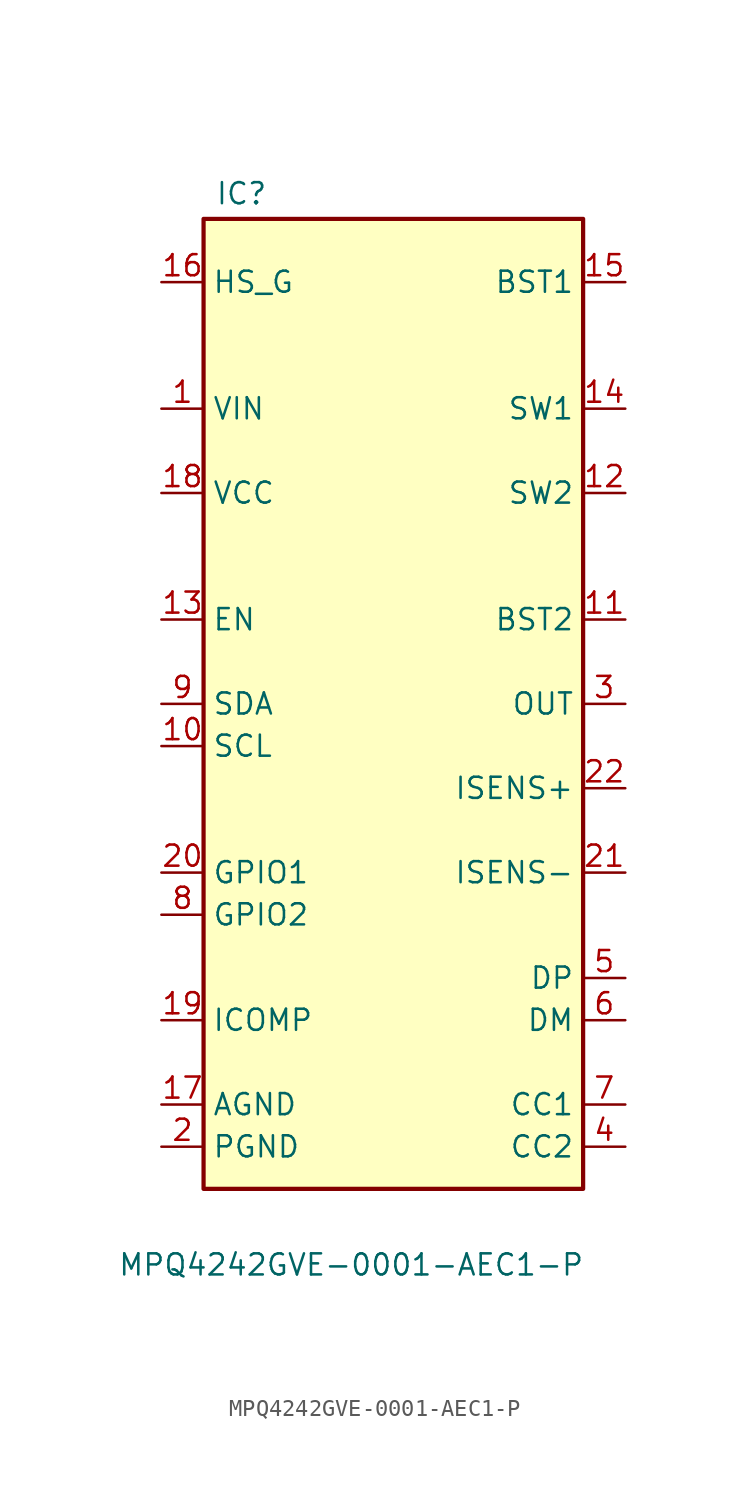
<source format=kicad_sym>
(kicad_symbol_lib
  (version 20241209)
  (generator "dmtdb")
  (generator_version "1.0")
  (symbol "MPQ4242GVE-0001-AEC1-P"
    (property "Reference" "IC"
      (at -9.144 32.004 0)
      (effects (font (size 1.27 1.27))))
    (property "Value" "MPQ4242GVE-0001-AEC1-P"
      (at -2.54 -32.512 0)
      (effects (font (size 1.27 1.27))))
    (symbol "MPQ4242GVE-0001-AEC1-P_0_0"
      (pin output line (at -13.97 26.67 0) (length 2.54) (name "HS_G" (effects (font (size 1.27 1.27)))) (number "16" (effects (font (size 1.27 1.27)))))
      (pin power_in line (at -13.97 19.05 0) (length 2.54) (name "VIN" (effects (font (size 1.27 1.27)))) (number "1" (effects (font (size 1.27 1.27)))))
      (pin power_in line (at -13.97 13.97 0) (length 2.54) (name "VCC" (effects (font (size 1.27 1.27)))) (number "18" (effects (font (size 1.27 1.27)))))
      (pin input line (at -13.97 6.35 0) (length 2.54) (name "EN" (effects (font (size 1.27 1.27)))) (number "13" (effects (font (size 1.27 1.27)))))
      (pin bidirectional line (at -13.97 1.27 0) (length 2.54) (name "SDA" (effects (font (size 1.27 1.27)))) (number "9" (effects (font (size 1.27 1.27)))))
      (pin input line (at -13.97 -1.27 0) (length 2.54) (name "SCL" (effects (font (size 1.27 1.27)))) (number "10" (effects (font (size 1.27 1.27)))))
      (pin bidirectional line (at -13.97 -8.89 0) (length 2.54) (name "GPIO1" (effects (font (size 1.27 1.27)))) (number "20" (effects (font (size 1.27 1.27)))))
      (pin bidirectional line (at -13.97 -11.43 0) (length 2.54) (name "GPIO2" (effects (font (size 1.27 1.27)))) (number "8" (effects (font (size 1.27 1.27)))))
      (pin passive line (at -13.97 -17.78 0) (length 2.54) (name "ICOMP" (effects (font (size 1.27 1.27)))) (number "19" (effects (font (size 1.27 1.27)))))
      (pin power_in line (at -13.97 -22.86 0) (length 2.54) (name "AGND" (effects (font (size 1.27 1.27)))) (number "17" (effects (font (size 1.27 1.27)))))
      (pin power_in line (at -13.97 -25.4 0) (length 2.54) (name "PGND" (effects (font (size 1.27 1.27)))) (number "2" (effects (font (size 1.27 1.27)))))
      (pin passive line (at 13.97 26.67 180) (length 2.54) (name "BST1" (effects (font (size 1.27 1.27)))) (number "15" (effects (font (size 1.27 1.27)))))
      (pin passive line (at 13.97 19.05 180) (length 2.54) (name "SW1" (effects (font (size 1.27 1.27)))) (number "14" (effects (font (size 1.27 1.27)))))
      (pin passive line (at 13.97 13.97 180) (length 2.54) (name "SW2" (effects (font (size 1.27 1.27)))) (number "12" (effects (font (size 1.27 1.27)))))
      (pin passive line (at 13.97 6.35 180) (length 2.54) (name "BST2" (effects (font (size 1.27 1.27)))) (number "11" (effects (font (size 1.27 1.27)))))
      (pin power_in line (at 13.97 1.27 180) (length 2.54) (name "OUT" (effects (font (size 1.27 1.27)))) (number "3" (effects (font (size 1.27 1.27)))))
      (pin input line (at 13.97 -3.81 180) (length 2.54) (name "ISENS+" (effects (font (size 1.27 1.27)))) (number "22" (effects (font (size 1.27 1.27)))))
      (pin input line (at 13.97 -8.89 180) (length 2.54) (name "ISENS-" (effects (font (size 1.27 1.27)))) (number "21" (effects (font (size 1.27 1.27)))))
      (pin bidirectional line (at 13.97 -15.24 180) (length 2.54) (name "DP" (effects (font (size 1.27 1.27)))) (number "5" (effects (font (size 1.27 1.27)))))
      (pin bidirectional line (at 13.97 -17.78 180) (length 2.54) (name "DM" (effects (font (size 1.27 1.27)))) (number "6" (effects (font (size 1.27 1.27)))))
      (pin bidirectional line (at 13.97 -22.86 180) (length 2.54) (name "CC1" (effects (font (size 1.27 1.27)))) (number "7" (effects (font (size 1.27 1.27)))))
      (pin bidirectional line (at 13.97 -25.4 180) (length 2.54) (name "CC2" (effects (font (size 1.27 1.27)))) (number "4" (effects (font (size 1.27 1.27))))))
    (symbol "MPQ4242GVE-0001-AEC1-P_0_1"
      (rectangle (start -11.43 30.48) (end 11.43 -27.94) (stroke (width 0.254) (type default)) (fill (type background))))))
</source>
